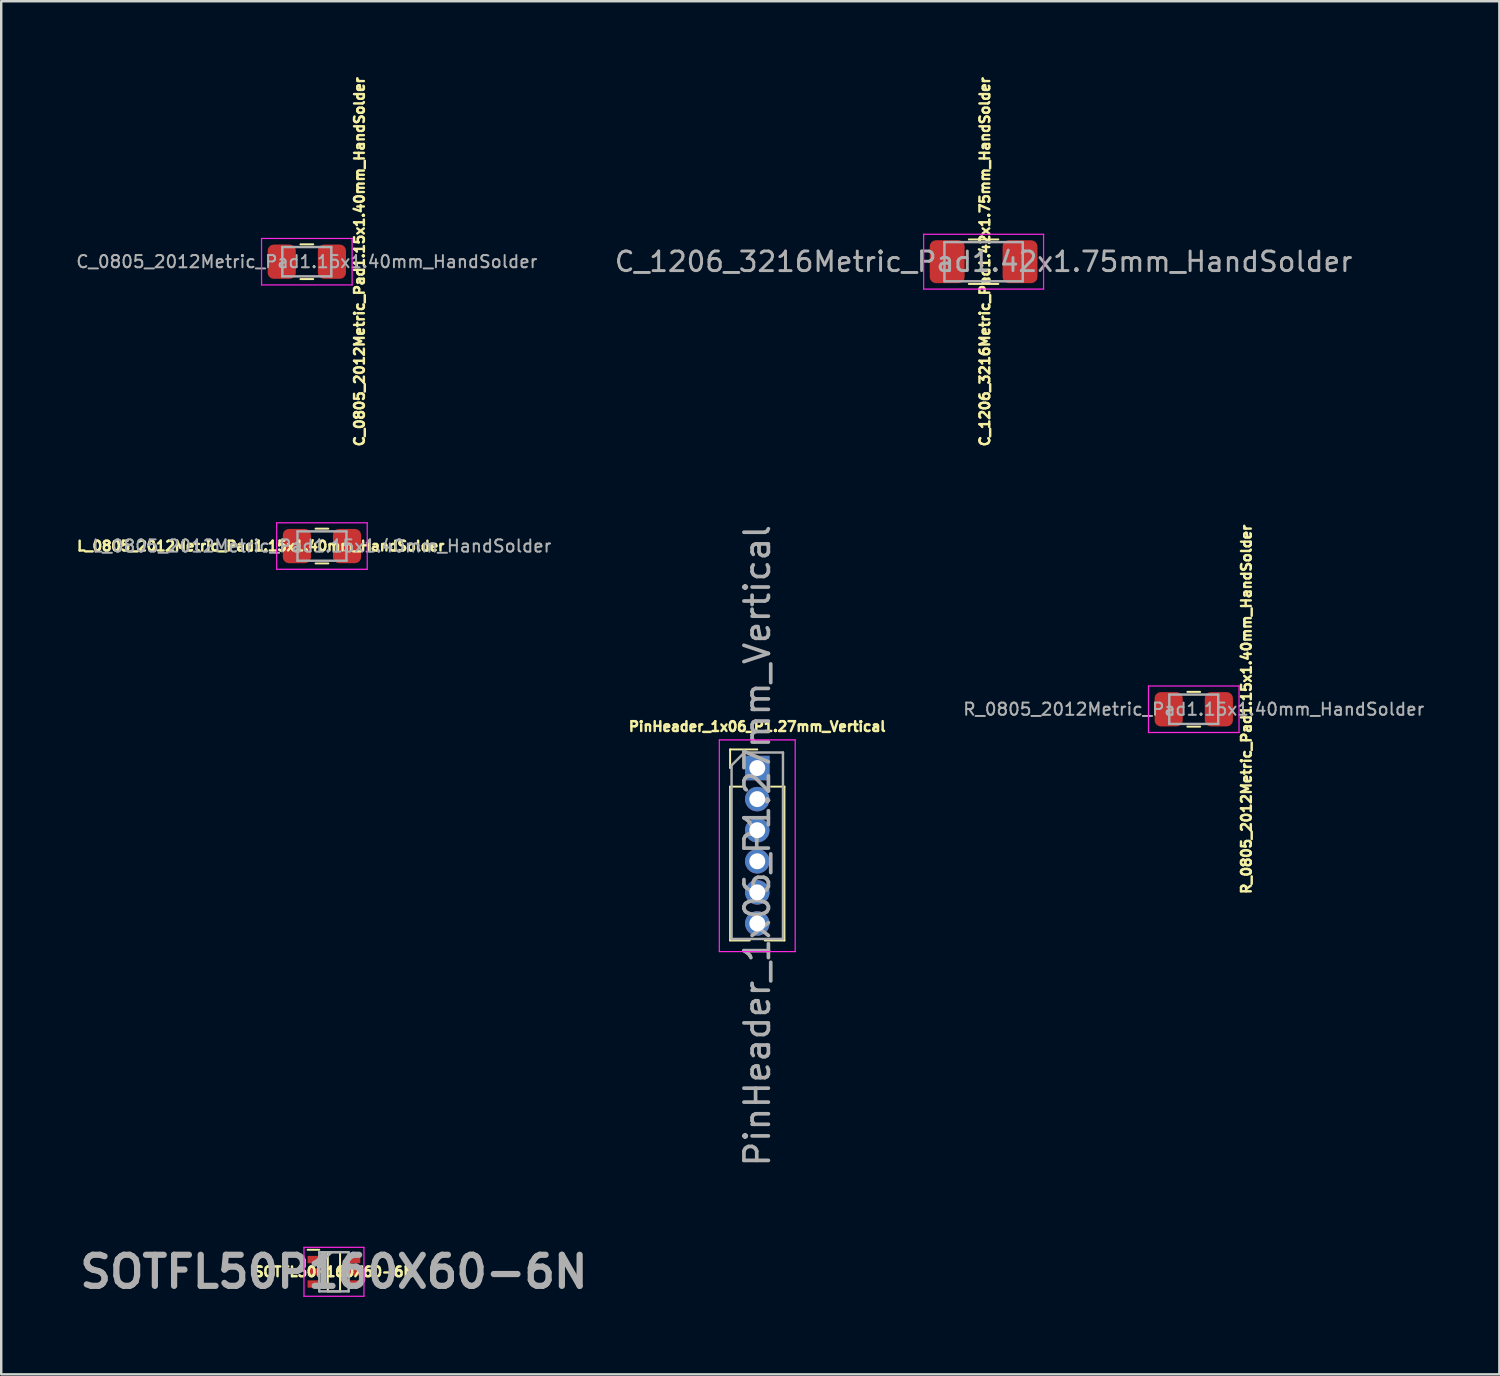
<source format=kicad_pcb>
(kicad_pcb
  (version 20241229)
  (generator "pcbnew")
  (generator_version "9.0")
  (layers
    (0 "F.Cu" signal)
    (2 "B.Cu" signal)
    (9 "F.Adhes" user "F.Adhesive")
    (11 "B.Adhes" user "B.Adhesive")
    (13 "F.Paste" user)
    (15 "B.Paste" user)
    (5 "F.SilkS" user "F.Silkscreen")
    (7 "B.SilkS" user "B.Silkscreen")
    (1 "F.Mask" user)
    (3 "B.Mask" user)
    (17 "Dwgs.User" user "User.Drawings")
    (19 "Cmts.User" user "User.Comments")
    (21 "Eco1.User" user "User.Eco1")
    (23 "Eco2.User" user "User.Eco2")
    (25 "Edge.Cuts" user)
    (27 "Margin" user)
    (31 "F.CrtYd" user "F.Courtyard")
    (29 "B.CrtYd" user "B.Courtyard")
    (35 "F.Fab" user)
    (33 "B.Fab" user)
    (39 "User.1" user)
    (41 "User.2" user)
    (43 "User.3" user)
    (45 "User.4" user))
  (footprint "C_1206_3216Metric_Pad1.42x1.75mm_HandSolder"
    (layer "F.Cu")
    (at 37.14 7.643)
    (property "Reference" "C_1206_3216Metric_Pad1.42x1.75mm_HandSolder" (at 0.05 0 270) (layer "F.SilkS") (effects (font (size 0.4 0.4) (thickness 0.1))))
    (attr smd)
    (fp_line (start -0.602 -0.91) (end 0.602 -0.91) (stroke (width 0.08) (type solid)) (layer "F.SilkS"))
    (fp_line (start -0.602 0.91) (end 0.602 0.91) (stroke (width 0.08) (type solid)) (layer "F.SilkS"))
    (fp_line (start -2.45 -1.12) (end 2.45 -1.12) (stroke (width 0.05) (type solid)) (layer "F.CrtYd"))
    (fp_line (start -2.45 1.12) (end -2.45 -1.12) (stroke (width 0.05) (type solid)) (layer "F.CrtYd"))
    (fp_line (start 2.45 -1.12) (end 2.45 1.12) (stroke (width 0.05) (type solid)) (layer "F.CrtYd"))
    (fp_line (start 2.45 1.12) (end -2.45 1.12) (stroke (width 0.05) (type solid)) (layer "F.CrtYd"))
    (fp_line (start -1.6 -0.8) (end 1.6 -0.8) (stroke (width 0.1) (type solid)) (layer "F.Fab"))
    (fp_line (start -1.6 0.8) (end -1.6 -0.8) (stroke (width 0.1) (type solid)) (layer "F.Fab"))
    (fp_line (start 1.6 -0.8) (end 1.6 0.8) (stroke (width 0.1) (type solid)) (layer "F.Fab"))
    (fp_line (start 1.6 0.8) (end -1.6 0.8) (stroke (width 0.1) (type solid)) (layer "F.Fab"))
    (fp_text user "${REFERENCE}" (at 0 0 180) (layer "F.Fab") (effects (font (size 0.8 0.8) (thickness 0.12))))
    (pad "1" smd roundrect (at -1.488 0) (size 1.425 1.75) (layers "F.Cu" "F.Mask" "F.Paste") (roundrect_rratio 0.175))
    (pad "2" smd roundrect (at 1.488 0) (size 1.425 1.75) (layers "F.Cu" "F.Mask" "F.Paste") (roundrect_rratio 0.175)))
  (footprint "C_0805_2012Metric_Pad1.15x1.40mm_HandSolder"
    (layer "F.Cu")
    (at 9.487 7.643)
    (property "Reference" "C_0805_2012Metric_Pad1.15x1.40mm_HandSolder" (at 2.15 0 90) (layer "F.SilkS") (effects (font (size 0.4 0.4) (thickness 0.1))))
    (attr smd)
    (fp_line (start -0.261 -0.71) (end 0.261 -0.71) (stroke (width 0.08) (type solid)) (layer "F.SilkS"))
    (fp_line (start -0.261 0.71) (end 0.261 0.71) (stroke (width 0.08) (type solid)) (layer "F.SilkS"))
    (fp_line (start -1.85 -0.95) (end 1.85 -0.95) (stroke (width 0.05) (type solid)) (layer "F.CrtYd"))
    (fp_line (start -1.85 0.95) (end -1.85 -0.95) (stroke (width 0.05) (type solid)) (layer "F.CrtYd"))
    (fp_line (start 1.85 -0.95) (end 1.85 0.95) (stroke (width 0.05) (type solid)) (layer "F.CrtYd"))
    (fp_line (start 1.85 0.95) (end -1.85 0.95) (stroke (width 0.05) (type solid)) (layer "F.CrtYd"))
    (fp_line (start -1 -0.6) (end 1 -0.6) (stroke (width 0.1) (type solid)) (layer "F.Fab"))
    (fp_line (start -1 0.6) (end -1 -0.6) (stroke (width 0.1) (type solid)) (layer "F.Fab"))
    (fp_line (start 1 -0.6) (end 1 0.6) (stroke (width 0.1) (type solid)) (layer "F.Fab"))
    (fp_line (start 1 0.6) (end -1 0.6) (stroke (width 0.1) (type solid)) (layer "F.Fab"))
    (fp_text user "${REFERENCE}" (at 0 0 180) (layer "F.Fab") (effects (font (size 0.5 0.5) (thickness 0.08))))
    (pad "1" smd roundrect (at -1.025 0) (size 1.15 1.4) (layers "F.Cu" "F.Mask" "F.Paste") (roundrect_rratio 0.217))
    (pad "2" smd roundrect (at 1.025 0) (size 1.15 1.4) (layers "F.Cu" "F.Mask" "F.Paste") (roundrect_rratio 0.217)))
  (footprint "L_0805_2012Metric_Pad1.15x1.40mm_HandSolder"
    (layer "F.Cu")
    (at 10.105 19.262)
    (property "Reference" "L_0805_2012Metric_Pad1.15x1.40mm_HandSolder" (at -2.5 0 0) (layer "F.SilkS") (effects (font (size 0.4 0.4) (thickness 0.1))))
    (attr smd)
    (fp_line (start -0.261 -0.71) (end 0.261 -0.71) (stroke (width 0.08) (type solid)) (layer "F.SilkS"))
    (fp_line (start -0.261 0.71) (end 0.261 0.71) (stroke (width 0.08) (type solid)) (layer "F.SilkS"))
    (fp_line (start -1.85 -0.95) (end 1.85 -0.95) (stroke (width 0.05) (type solid)) (layer "F.CrtYd"))
    (fp_line (start -1.85 0.95) (end -1.85 -0.95) (stroke (width 0.05) (type solid)) (layer "F.CrtYd"))
    (fp_line (start 1.85 -0.95) (end 1.85 0.95) (stroke (width 0.05) (type solid)) (layer "F.CrtYd"))
    (fp_line (start 1.85 0.95) (end -1.85 0.95) (stroke (width 0.05) (type solid)) (layer "F.CrtYd"))
    (fp_line (start -1 -0.6) (end 1 -0.6) (stroke (width 0.1) (type solid)) (layer "F.Fab"))
    (fp_line (start -1 0.6) (end -1 -0.6) (stroke (width 0.1) (type solid)) (layer "F.Fab"))
    (fp_line (start 1 -0.6) (end 1 0.6) (stroke (width 0.1) (type solid)) (layer "F.Fab"))
    (fp_line (start 1 0.6) (end -1 0.6) (stroke (width 0.1) (type solid)) (layer "F.Fab"))
    (fp_text user "${REFERENCE}" (at 0 0 0) (layer "F.Fab") (effects (font (size 0.5 0.5) (thickness 0.08))))
    (pad "1" smd roundrect (at -1.025 0) (size 1.15 1.4) (layers "F.Cu" "F.Mask" "F.Paste") (roundrect_rratio 0.217))
    (pad "2" smd roundrect (at 1.025 0) (size 1.15 1.4) (layers "F.Cu" "F.Mask" "F.Paste") (roundrect_rratio 0.217)))
  (footprint "PinHeader_1x06_P1.27mm_Vertical"
    (layer "F.Cu")
    (at 27.892 28.332)
    (property "Reference" "PinHeader_1x06_P1.27mm_Vertical" (at 0 -1.695 0) (layer "F.SilkS") (effects (font (size 0.4 0.4) (thickness 0.1))))
    (attr through_hole)
    (fp_line (start -1.11 -0.76) (end 0 -0.76) (stroke (width 0.08) (type solid)) (layer "F.SilkS"))
    (fp_line (start -1.11 0) (end -1.11 -0.76) (stroke (width 0.08) (type solid)) (layer "F.SilkS"))
    (fp_line (start -1.11 0.76) (end -1.11 7.045) (stroke (width 0.08) (type solid)) (layer "F.SilkS"))
    (fp_line (start -1.11 0.76) (end -0.563 0.76) (stroke (width 0.08) (type solid)) (layer "F.SilkS"))
    (fp_line (start -1.11 7.045) (end -0.308 7.045) (stroke (width 0.08) (type solid)) (layer "F.SilkS"))
    (fp_line (start 0.308 7.045) (end 1.11 7.045) (stroke (width 0.08) (type solid)) (layer "F.SilkS"))
    (fp_line (start 0.563 0.76) (end 1.11 0.76) (stroke (width 0.08) (type solid)) (layer "F.SilkS"))
    (fp_line (start 1.11 0.76) (end 1.11 7.045) (stroke (width 0.08) (type solid)) (layer "F.SilkS"))
    (fp_line (start -1.55 -1.15) (end -1.55 7.5) (stroke (width 0.05) (type solid)) (layer "F.CrtYd"))
    (fp_line (start -1.55 7.5) (end 1.55 7.5) (stroke (width 0.05) (type solid)) (layer "F.CrtYd"))
    (fp_line (start 1.55 -1.15) (end -1.55 -1.15) (stroke (width 0.05) (type solid)) (layer "F.CrtYd"))
    (fp_line (start 1.55 7.5) (end 1.55 -1.15) (stroke (width 0.05) (type solid)) (layer "F.CrtYd"))
    (fp_line (start -1.05 -0.11) (end -0.525 -0.635) (stroke (width 0.1) (type solid)) (layer "F.Fab"))
    (fp_line (start -1.05 6.985) (end -1.05 -0.11) (stroke (width 0.1) (type solid)) (layer "F.Fab"))
    (fp_line (start -0.525 -0.635) (end 1.05 -0.635) (stroke (width 0.1) (type solid)) (layer "F.Fab"))
    (fp_line (start 1.05 -0.635) (end 1.05 6.985) (stroke (width 0.1) (type solid)) (layer "F.Fab"))
    (fp_line (start 1.05 6.985) (end -1.05 6.985) (stroke (width 0.1) (type solid)) (layer "F.Fab"))
    (fp_text user "${REFERENCE}" (at 0 3.175 90) (layer "F.Fab") (effects (font (size 1 1) (thickness 0.15))))
    (pad "1" thru_hole rect (at 0 0) (size 1 1) (drill 0.65) (layers "*.Cu" "*.Mask"))
    (pad "2" thru_hole oval (at 0 1.27) (size 1 1) (drill 0.65) (layers "*.Cu" "*.Mask"))
    (pad "3" thru_hole oval (at 0 2.54) (size 1 1) (drill 0.65) (layers "*.Cu" "*.Mask"))
    (pad "4" thru_hole oval (at 0 3.81) (size 1 1) (drill 0.65) (layers "*.Cu" "*.Mask"))
    (pad "5" thru_hole oval (at 0 5.08) (size 1 1) (drill 0.65) (layers "*.Cu" "*.Mask"))
    (pad "6" thru_hole oval (at 0 6.35) (size 1 1) (drill 0.65) (layers "*.Cu" "*.Mask")))
  (footprint "R_0805_2012Metric_Pad1.15x1.40mm_HandSolder"
    (layer "F.Cu")
    (at 45.727 25.93)
    (property "Reference" "R_0805_2012Metric_Pad1.15x1.40mm_HandSolder" (at 2.15 0 90) (layer "F.SilkS") (effects (font (size 0.4 0.4) (thickness 0.1))))
    (attr smd)
    (fp_line (start -0.261 -0.71) (end 0.261 -0.71) (stroke (width 0.08) (type solid)) (layer "F.SilkS"))
    (fp_line (start -0.261 0.71) (end 0.261 0.71) (stroke (width 0.08) (type solid)) (layer "F.SilkS"))
    (fp_line (start -1.85 -0.95) (end 1.85 -0.95) (stroke (width 0.05) (type solid)) (layer "F.CrtYd"))
    (fp_line (start -1.85 0.95) (end -1.85 -0.95) (stroke (width 0.05) (type solid)) (layer "F.CrtYd"))
    (fp_line (start 1.85 -0.95) (end 1.85 0.95) (stroke (width 0.05) (type solid)) (layer "F.CrtYd"))
    (fp_line (start 1.85 0.95) (end -1.85 0.95) (stroke (width 0.05) (type solid)) (layer "F.CrtYd"))
    (fp_line (start -1 -0.6) (end 1 -0.6) (stroke (width 0.1) (type solid)) (layer "F.Fab"))
    (fp_line (start -1 0.6) (end -1 -0.6) (stroke (width 0.1) (type solid)) (layer "F.Fab"))
    (fp_line (start 1 -0.6) (end 1 0.6) (stroke (width 0.1) (type solid)) (layer "F.Fab"))
    (fp_line (start 1 0.6) (end -1 0.6) (stroke (width 0.1) (type solid)) (layer "F.Fab"))
    (fp_text user "${REFERENCE}" (at 0 0 180) (layer "F.Fab") (effects (font (size 0.5 0.5) (thickness 0.08))))
    (pad "1" smd roundrect (at -1.025 0) (size 1.15 1.4) (layers "F.Cu" "F.Mask" "F.Paste") (roundrect_rratio 0.217))
    (pad "2" smd roundrect (at 1.025 0) (size 1.15 1.4) (layers "F.Cu" "F.Mask" "F.Paste") (roundrect_rratio 0.217)))
  (footprint "SOTFL50P160X60-6N"
    (layer "F.Cu")
    (at 10.595 48.916)
    (property "Reference" "SOTFL50P160X60-6N" (at 0 0 180) (layer "F.SilkS") (effects (font (size 0.4 0.4) (thickness 0.1))))
    (attr smd)
    (fp_line (start -1.075 -0.9) (end -0.6 -0.9) (stroke (width 0.08) (type solid)) (layer "F.SilkS"))
    (fp_line (start -0.25 -0.8) (end 0.25 -0.8) (stroke (width 0.08) (type solid)) (layer "F.SilkS"))
    (fp_line (start -0.25 0.8) (end -0.25 -0.8) (stroke (width 0.08) (type solid)) (layer "F.SilkS"))
    (fp_line (start 0.25 -0.8) (end 0.25 0.8) (stroke (width 0.08) (type solid)) (layer "F.SilkS"))
    (fp_line (start 0.25 0.8) (end -0.25 0.8) (stroke (width 0.08) (type solid)) (layer "F.SilkS"))
    (fp_line (start -1.225 -1) (end 1.225 -1) (stroke (width 0.05) (type solid)) (layer "F.CrtYd"))
    (fp_line (start -1.225 1) (end -1.225 -1) (stroke (width 0.05) (type solid)) (layer "F.CrtYd"))
    (fp_line (start 1.225 -1) (end 1.225 1) (stroke (width 0.05) (type solid)) (layer "F.CrtYd"))
    (fp_line (start 1.225 1) (end -1.225 1) (stroke (width 0.05) (type solid)) (layer "F.CrtYd"))
    (fp_line (start -0.6 -0.8) (end 0.6 -0.8) (stroke (width 0.1) (type solid)) (layer "F.Fab"))
    (fp_line (start -0.6 -0.3) (end -0.1 -0.8) (stroke (width 0.1) (type solid)) (layer "F.Fab"))
    (fp_line (start -0.6 0.8) (end -0.6 -0.8) (stroke (width 0.1) (type solid)) (layer "F.Fab"))
    (fp_line (start 0.6 -0.8) (end 0.6 0.8) (stroke (width 0.1) (type solid)) (layer "F.Fab"))
    (fp_line (start 0.6 0.8) (end -0.6 0.8) (stroke (width 0.1) (type solid)) (layer "F.Fab"))
    (fp_text user "${REFERENCE}" (at 0 0 180) (layer "F.Fab") (effects (font (size 1.27 1.27) (thickness 0.254))))
    (pad "1" smd rect (at -0.838 -0.5 90) (size 0.3 0.475) (layers "F.Cu" "F.Mask" "F.Paste"))
    (pad "2" smd rect (at -0.838 0 90) (size 0.3 0.475) (layers "F.Cu" "F.Mask" "F.Paste"))
    (pad "3" smd rect (at -0.838 0.5 90) (size 0.3 0.475) (layers "F.Cu" "F.Mask" "F.Paste"))
    (pad "4" smd rect (at 0.838 0.5 90) (size 0.3 0.475) (layers "F.Cu" "F.Mask" "F.Paste"))
    (pad "5" smd rect (at 0.838 0 90) (size 0.3 0.475) (layers "F.Cu" "F.Mask" "F.Paste"))
    (pad "6" smd rect (at 0.838 -0.5 90) (size 0.3 0.475) (layers "F.Cu" "F.Mask" "F.Paste")))
  (gr_rect
    (start -3 -3)
    (end 58.214 53.105)
    (stroke (width 0.1) (type default))
    (fill no)
    (layer "Edge.Cuts")))
</source>
